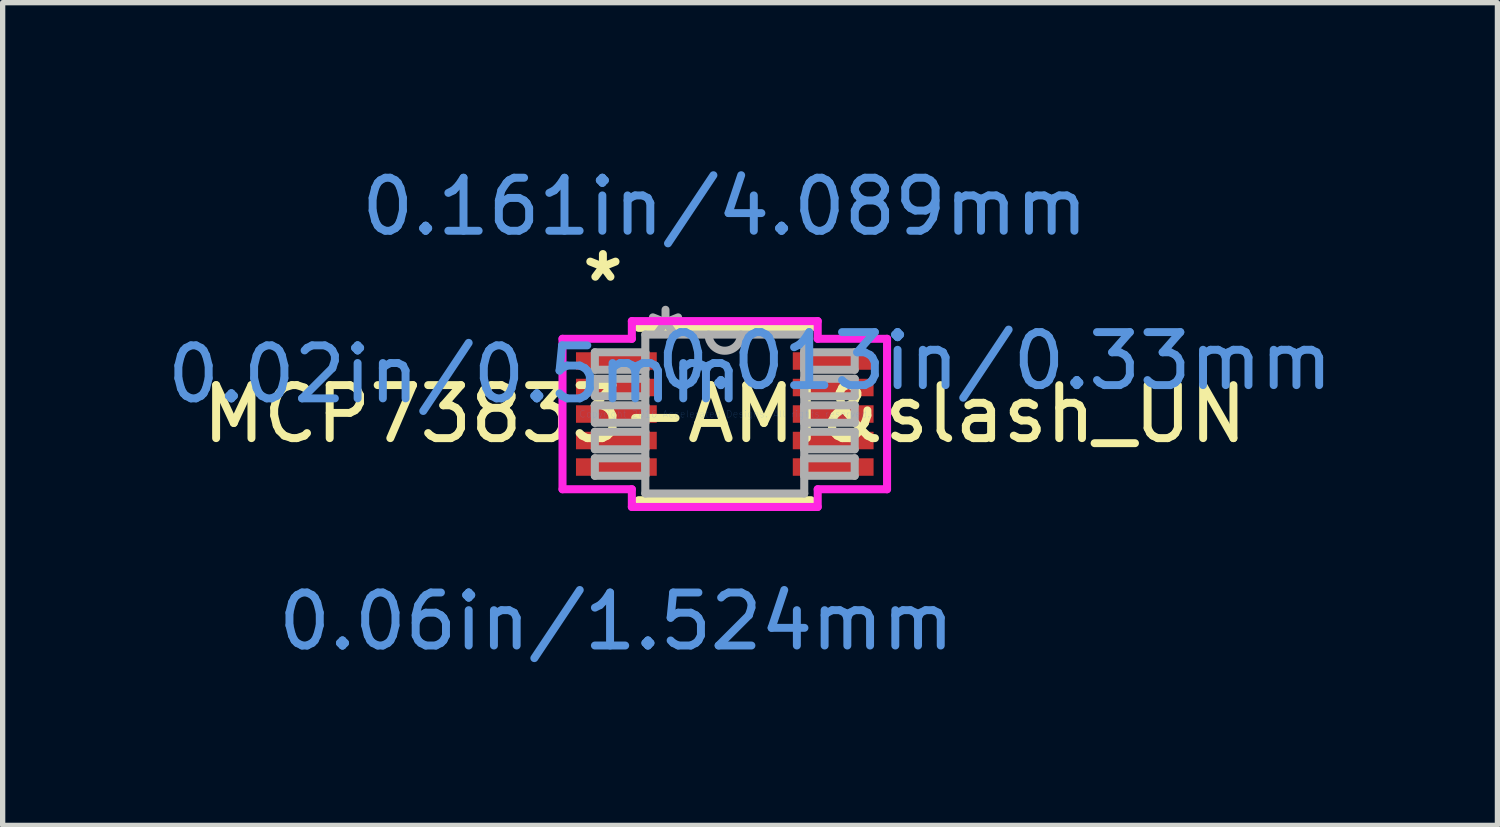
<source format=kicad_pcb>
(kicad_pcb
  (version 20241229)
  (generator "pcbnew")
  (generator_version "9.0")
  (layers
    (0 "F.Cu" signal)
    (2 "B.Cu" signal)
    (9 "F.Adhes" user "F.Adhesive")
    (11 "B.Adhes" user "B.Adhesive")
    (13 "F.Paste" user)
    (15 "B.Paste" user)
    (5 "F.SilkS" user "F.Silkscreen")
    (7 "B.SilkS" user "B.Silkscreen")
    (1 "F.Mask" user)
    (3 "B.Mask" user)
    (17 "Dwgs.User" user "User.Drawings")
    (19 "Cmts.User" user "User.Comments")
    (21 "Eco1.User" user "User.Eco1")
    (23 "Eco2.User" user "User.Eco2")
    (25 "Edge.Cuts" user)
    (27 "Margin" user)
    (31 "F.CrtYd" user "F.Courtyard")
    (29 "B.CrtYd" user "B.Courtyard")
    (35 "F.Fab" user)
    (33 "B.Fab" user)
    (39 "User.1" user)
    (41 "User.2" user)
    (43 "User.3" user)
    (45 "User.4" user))
  (footprint "MCP73833-AMI&slash_UN"
    (layer "F.Cu")
    (at 10.622 4.76)
    (property "Reference" "MCP73833-AMI&slash_UN" (at 0 0 0) (layer "F.SilkS") (effects (font (size 1 1) (thickness 0.15))))
    (attr through_hole)
    (fp_line (start -1.626 1.626) (end 1.626 1.626) (stroke (width 0.152) (type solid)) (layer "F.SilkS"))
    (fp_line (start 1.626 -1.626) (end -1.626 -1.626) (stroke (width 0.152) (type solid)) (layer "F.SilkS"))
    (fp_line (start -3.061 -1.419) (end -1.753 -1.419) (stroke (width 0.152) (type solid)) (layer "F.CrtYd"))
    (fp_line (start -3.061 1.419) (end -3.061 -1.419) (stroke (width 0.152) (type solid)) (layer "F.CrtYd"))
    (fp_line (start -3.061 1.419) (end -1.753 1.419) (stroke (width 0.152) (type solid)) (layer "F.CrtYd"))
    (fp_line (start -1.753 -1.753) (end 1.753 -1.753) (stroke (width 0.152) (type solid)) (layer "F.CrtYd"))
    (fp_line (start -1.753 -1.419) (end -1.753 -1.753) (stroke (width 0.152) (type solid)) (layer "F.CrtYd"))
    (fp_line (start -1.753 1.753) (end -1.753 1.419) (stroke (width 0.152) (type solid)) (layer "F.CrtYd"))
    (fp_line (start 1.753 -1.753) (end 1.753 -1.419) (stroke (width 0.152) (type solid)) (layer "F.CrtYd"))
    (fp_line (start 1.753 1.419) (end 1.753 1.753) (stroke (width 0.152) (type solid)) (layer "F.CrtYd"))
    (fp_line (start 1.753 1.753) (end -1.753 1.753) (stroke (width 0.152) (type solid)) (layer "F.CrtYd"))
    (fp_line (start 3.061 -1.419) (end 1.753 -1.419) (stroke (width 0.152) (type solid)) (layer "F.CrtYd"))
    (fp_line (start 3.061 -1.419) (end 3.061 1.419) (stroke (width 0.152) (type solid)) (layer "F.CrtYd"))
    (fp_line (start 3.061 1.419) (end 1.753 1.419) (stroke (width 0.152) (type solid)) (layer "F.CrtYd"))
    (fp_line (start -2.451 -1.165) (end -2.451 -0.835) (stroke (width 0.152) (type solid)) (layer "F.Fab"))
    (fp_line (start -2.451 -0.835) (end -1.499 -0.835) (stroke (width 0.152) (type solid)) (layer "F.Fab"))
    (fp_line (start -2.451 -0.665) (end -2.451 -0.335) (stroke (width 0.152) (type solid)) (layer "F.Fab"))
    (fp_line (start -2.451 -0.335) (end -1.499 -0.335) (stroke (width 0.152) (type solid)) (layer "F.Fab"))
    (fp_line (start -2.451 -0.165) (end -2.451 0.165) (stroke (width 0.152) (type solid)) (layer "F.Fab"))
    (fp_line (start -2.451 0.165) (end -1.499 0.165) (stroke (width 0.152) (type solid)) (layer "F.Fab"))
    (fp_line (start -2.451 0.335) (end -2.451 0.665) (stroke (width 0.152) (type solid)) (layer "F.Fab"))
    (fp_line (start -2.451 0.665) (end -1.499 0.665) (stroke (width 0.152) (type solid)) (layer "F.Fab"))
    (fp_line (start -2.451 0.835) (end -2.451 1.165) (stroke (width 0.152) (type solid)) (layer "F.Fab"))
    (fp_line (start -2.451 1.165) (end -1.499 1.165) (stroke (width 0.152) (type solid)) (layer "F.Fab"))
    (fp_line (start -1.499 -1.499) (end -1.499 1.499) (stroke (width 0.152) (type solid)) (layer "F.Fab"))
    (fp_line (start -1.499 -1.165) (end -2.451 -1.165) (stroke (width 0.152) (type solid)) (layer "F.Fab"))
    (fp_line (start -1.499 -0.835) (end -1.499 -1.165) (stroke (width 0.152) (type solid)) (layer "F.Fab"))
    (fp_line (start -1.499 -0.665) (end -2.451 -0.665) (stroke (width 0.152) (type solid)) (layer "F.Fab"))
    (fp_line (start -1.499 -0.335) (end -1.499 -0.665) (stroke (width 0.152) (type solid)) (layer "F.Fab"))
    (fp_line (start -1.499 -0.165) (end -2.451 -0.165) (stroke (width 0.152) (type solid)) (layer "F.Fab"))
    (fp_line (start -1.499 0.165) (end -1.499 -0.165) (stroke (width 0.152) (type solid)) (layer "F.Fab"))
    (fp_line (start -1.499 0.335) (end -2.451 0.335) (stroke (width 0.152) (type solid)) (layer "F.Fab"))
    (fp_line (start -1.499 0.665) (end -1.499 0.335) (stroke (width 0.152) (type solid)) (layer "F.Fab"))
    (fp_line (start -1.499 0.835) (end -2.451 0.835) (stroke (width 0.152) (type solid)) (layer "F.Fab"))
    (fp_line (start -1.499 1.165) (end -1.499 0.835) (stroke (width 0.152) (type solid)) (layer "F.Fab"))
    (fp_line (start -1.499 1.499) (end 1.499 1.499) (stroke (width 0.152) (type solid)) (layer "F.Fab"))
    (fp_line (start 1.499 -1.499) (end -1.499 -1.499) (stroke (width 0.152) (type solid)) (layer "F.Fab"))
    (fp_line (start 1.499 -1.165) (end 1.499 -0.835) (stroke (width 0.152) (type solid)) (layer "F.Fab"))
    (fp_line (start 1.499 -0.835) (end 2.451 -0.835) (stroke (width 0.152) (type solid)) (layer "F.Fab"))
    (fp_line (start 1.499 -0.665) (end 1.499 -0.335) (stroke (width 0.152) (type solid)) (layer "F.Fab"))
    (fp_line (start 1.499 -0.335) (end 2.451 -0.335) (stroke (width 0.152) (type solid)) (layer "F.Fab"))
    (fp_line (start 1.499 -0.165) (end 1.499 0.165) (stroke (width 0.152) (type solid)) (layer "F.Fab"))
    (fp_line (start 1.499 0.165) (end 2.451 0.165) (stroke (width 0.152) (type solid)) (layer "F.Fab"))
    (fp_line (start 1.499 0.335) (end 1.499 0.665) (stroke (width 0.152) (type solid)) (layer "F.Fab"))
    (fp_line (start 1.499 0.665) (end 2.451 0.665) (stroke (width 0.152) (type solid)) (layer "F.Fab"))
    (fp_line (start 1.499 0.835) (end 1.499 1.165) (stroke (width 0.152) (type solid)) (layer "F.Fab"))
    (fp_line (start 1.499 1.165) (end 2.451 1.165) (stroke (width 0.152) (type solid)) (layer "F.Fab"))
    (fp_line (start 1.499 1.499) (end 1.499 -1.499) (stroke (width 0.152) (type solid)) (layer "F.Fab"))
    (fp_line (start 2.451 -1.165) (end 1.499 -1.165) (stroke (width 0.152) (type solid)) (layer "F.Fab"))
    (fp_line (start 2.451 -0.835) (end 2.451 -1.165) (stroke (width 0.152) (type solid)) (layer "F.Fab"))
    (fp_line (start 2.451 -0.665) (end 1.499 -0.665) (stroke (width 0.152) (type solid)) (layer "F.Fab"))
    (fp_line (start 2.451 -0.335) (end 2.451 -0.665) (stroke (width 0.152) (type solid)) (layer "F.Fab"))
    (fp_line (start 2.451 -0.165) (end 1.499 -0.165) (stroke (width 0.152) (type solid)) (layer "F.Fab"))
    (fp_line (start 2.451 0.165) (end 2.451 -0.165) (stroke (width 0.152) (type solid)) (layer "F.Fab"))
    (fp_line (start 2.451 0.335) (end 1.499 0.335) (stroke (width 0.152) (type solid)) (layer "F.Fab"))
    (fp_line (start 2.451 0.665) (end 2.451 0.335) (stroke (width 0.152) (type solid)) (layer "F.Fab"))
    (fp_line (start 2.451 0.835) (end 1.499 0.835) (stroke (width 0.152) (type solid)) (layer "F.Fab"))
    (fp_line (start 2.451 1.165) (end 2.451 0.835) (stroke (width 0.152) (type solid)) (layer "F.Fab"))
    (fp_arc (start 0.3048 -1.4986) (mid 0 -1.1938) (end -0.3048 -1.4986) (stroke (width 0.1524) (type solid)) (layer "F.Fab"))
    (fp_text user "*" (at -2.299 -2.473 0) (layer "F.SilkS") (effects (font (size 1 1) (thickness 0.15))))
    (fp_text user "0.161in/4.089mm" (at 0 -3.912 0) (layer "Cmts.User") (effects (font (size 1 1) (thickness 0.15))))
    (fp_text user "Copyright 2016 Accelerated Designs. All rights reserved." (at 0 0 0) (layer "Cmts.User") (effects (font (size 0.127 0.127) (thickness 0.002))))
    (fp_text user "0.013in/0.33mm" (at 5.093 -1 0) (layer "Cmts.User") (effects (font (size 1 1) (thickness 0.15))))
    (fp_text user "0.06in/1.524mm" (at -2.045 3.912 0) (layer "Cmts.User") (effects (font (size 1 1) (thickness 0.15))))
    (fp_text user "0.02in/0.5mm" (at -5.093 -0.75 0) (layer "Cmts.User") (effects (font (size 1 1) (thickness 0.15))))
    (fp_text user "*" (at -1.118 -1.422 0) (layer "F.Fab") (effects (font (size 1 1) (thickness 0.15))))
    (pad "1" smd rect (at -2.045 -1) (size 1.524 0.33) (layers "F.Cu" "F.Mask" "F.Paste"))
    (pad "2" smd rect (at -2.045 -0.5) (size 1.524 0.33) (layers "F.Cu" "F.Mask" "F.Paste"))
    (pad "3" smd rect (at -2.045 0) (size 1.524 0.33) (layers "F.Cu" "F.Mask" "F.Paste"))
    (pad "4" smd rect (at -2.045 0.5) (size 1.524 0.33) (layers "F.Cu" "F.Mask" "F.Paste"))
    (pad "5" smd rect (at -2.045 1) (size 1.524 0.33) (layers "F.Cu" "F.Mask" "F.Paste"))
    (pad "6" smd rect (at 2.045 1) (size 1.524 0.33) (layers "F.Cu" "F.Mask" "F.Paste"))
    (pad "7" smd rect (at 2.045 0.5) (size 1.524 0.33) (layers "F.Cu" "F.Mask" "F.Paste"))
    (pad "8" smd rect (at 2.045 0) (size 1.524 0.33) (layers "F.Cu" "F.Mask" "F.Paste"))
    (pad "9" smd rect (at 2.045 -0.5) (size 1.524 0.33) (layers "F.Cu" "F.Mask" "F.Paste"))
    (pad "10" smd rect (at 2.045 -1) (size 1.524 0.33) (layers "F.Cu" "F.Mask" "F.Paste")))
  (gr_rect
    (start -3 -3)
    (end 25.197 12.52)
    (stroke (width 0.1) (type default))
    (fill no)
    (layer "Edge.Cuts")))
</source>
